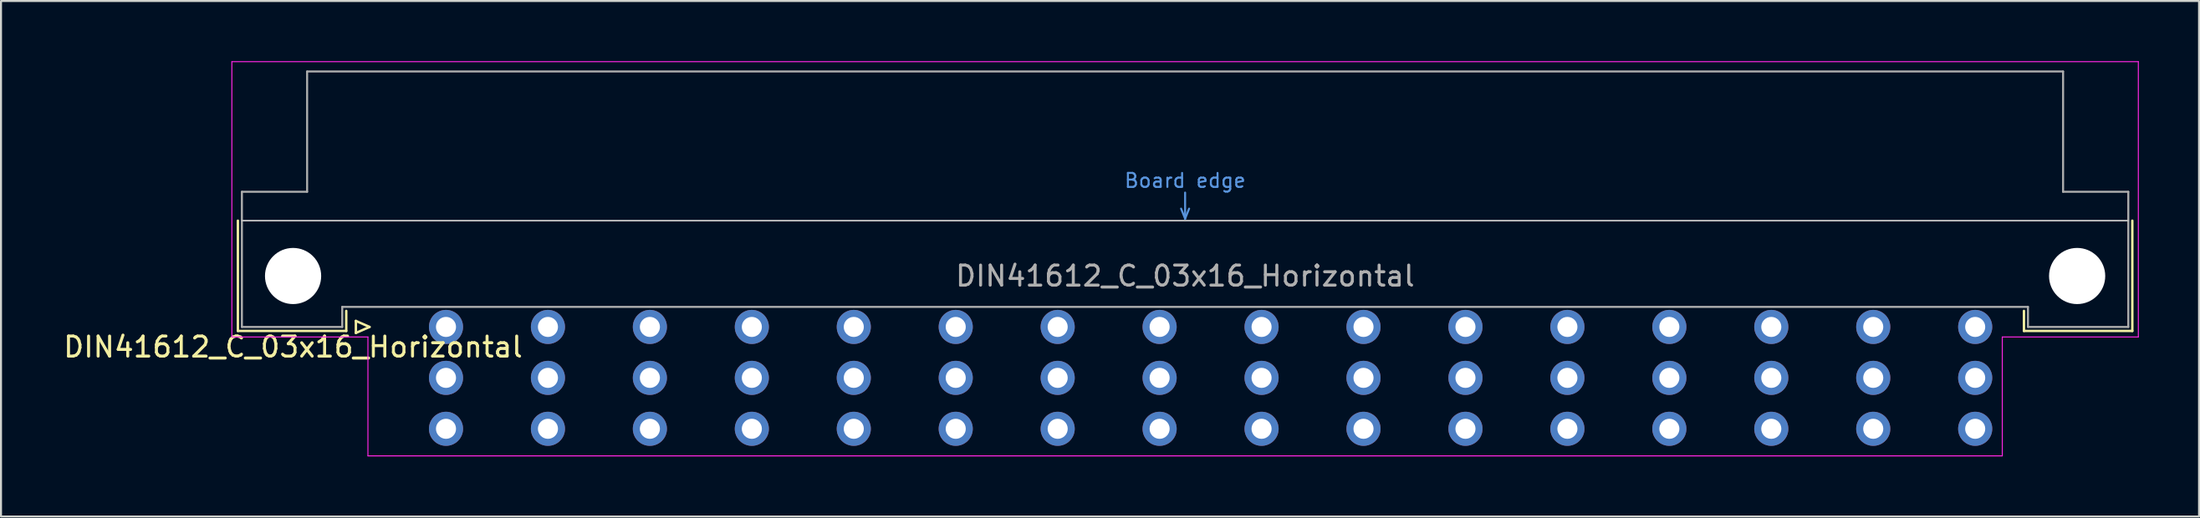
<source format=kicad_pcb>
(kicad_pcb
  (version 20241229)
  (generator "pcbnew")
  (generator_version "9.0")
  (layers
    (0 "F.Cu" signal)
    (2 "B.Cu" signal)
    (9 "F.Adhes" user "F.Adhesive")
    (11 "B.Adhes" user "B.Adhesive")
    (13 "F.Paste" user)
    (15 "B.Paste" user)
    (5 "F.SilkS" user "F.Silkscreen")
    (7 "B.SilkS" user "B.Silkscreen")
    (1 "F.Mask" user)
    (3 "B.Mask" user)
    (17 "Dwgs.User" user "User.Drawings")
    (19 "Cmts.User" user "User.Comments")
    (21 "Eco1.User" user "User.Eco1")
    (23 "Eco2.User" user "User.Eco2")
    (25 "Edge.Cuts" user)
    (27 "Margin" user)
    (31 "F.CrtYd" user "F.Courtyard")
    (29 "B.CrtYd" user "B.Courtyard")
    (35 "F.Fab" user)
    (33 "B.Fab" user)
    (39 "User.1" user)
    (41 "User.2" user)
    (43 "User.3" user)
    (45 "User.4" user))
  (footprint "DIN41612_C_03x16_Horizontal"
    (layer "F.Cu")
    (at 16.634 13.255)
    (property "Reference" "DIN41612_C_03x16_Horizontal" (at -5.08 1 0) (layer "F.SilkS") (effects (font (size 1 1) (thickness 0.15))))
    (attr through_hole)
    (fp_line (start -7.83 -5.3) (end -7.83 0.2) (stroke (width 0.12) (type solid)) (layer "F.SilkS"))
    (fp_line (start -7.83 0.2) (end -2.43 0.2) (stroke (width 0.12) (type solid)) (layer "F.SilkS"))
    (fp_line (start -2.43 0.2) (end -2.43 -0.8) (stroke (width 0.12) (type solid)) (layer "F.SilkS"))
    (fp_line (start -1.95 -0.3) (end -1.95 0.3) (stroke (width 0.12) (type solid)) (layer "F.SilkS"))
    (fp_line (start -1.95 0.3) (end -1.27 0) (stroke (width 0.12) (type solid)) (layer "F.SilkS"))
    (fp_line (start -1.27 0) (end -1.95 -0.3) (stroke (width 0.12) (type solid)) (layer "F.SilkS"))
    (fp_line (start 81.17 0.2) (end 81.17 -0.8) (stroke (width 0.12) (type solid)) (layer "F.SilkS"))
    (fp_line (start 86.57 -5.3) (end 86.57 0.2) (stroke (width 0.12) (type solid)) (layer "F.SilkS"))
    (fp_line (start 86.57 0.2) (end 81.17 0.2) (stroke (width 0.12) (type solid)) (layer "F.SilkS"))
    (fp_line (start -7.63 -5.3) (end 86.37 -5.3) (stroke (width 0.08) (type solid)) (layer "Dwgs.User"))
    (fp_line (start 39.17 -5.9) (end 39.37 -5.4) (stroke (width 0.1) (type solid)) (layer "Cmts.User"))
    (fp_line (start 39.37 -5.4) (end 39.37 -6.7) (stroke (width 0.1) (type solid)) (layer "Cmts.User"))
    (fp_line (start 39.37 -5.4) (end 39.57 -5.9) (stroke (width 0.1) (type solid)) (layer "Cmts.User"))
    (fp_line (start -8.13 -13.23) (end -8.13 0.5) (stroke (width 0.05) (type solid)) (layer "F.CrtYd"))
    (fp_line (start -8.13 0.5) (end -1.35 0.5) (stroke (width 0.05) (type solid)) (layer "F.CrtYd"))
    (fp_line (start -1.35 0.5) (end -1.35 6.43) (stroke (width 0.05) (type solid)) (layer "F.CrtYd"))
    (fp_line (start -1.35 6.43) (end 80.09 6.43) (stroke (width 0.05) (type solid)) (layer "F.CrtYd"))
    (fp_line (start 80.09 0.5) (end 86.87 0.5) (stroke (width 0.05) (type solid)) (layer "F.CrtYd"))
    (fp_line (start 80.09 6.43) (end 80.09 0.5) (stroke (width 0.05) (type solid)) (layer "F.CrtYd"))
    (fp_line (start 86.87 -13.23) (end -8.13 -13.23) (stroke (width 0.05) (type solid)) (layer "F.CrtYd"))
    (fp_line (start 86.87 0.5) (end 86.87 -13.23) (stroke (width 0.05) (type solid)) (layer "F.CrtYd"))
    (fp_line (start -7.63 -6.74) (end -7.63 0) (stroke (width 0.1) (type solid)) (layer "F.Fab"))
    (fp_line (start -7.63 0) (end -2.63 0) (stroke (width 0.1) (type solid)) (layer "F.Fab"))
    (fp_line (start -4.38 -12.74) (end -4.38 -6.74) (stroke (width 0.1) (type solid)) (layer "F.Fab"))
    (fp_line (start -4.38 -6.74) (end -7.63 -6.74) (stroke (width 0.1) (type solid)) (layer "F.Fab"))
    (fp_line (start -2.63 -1) (end 81.37 -1) (stroke (width 0.1) (type solid)) (layer "F.Fab"))
    (fp_line (start -2.63 0) (end -2.63 -1) (stroke (width 0.1) (type solid)) (layer "F.Fab"))
    (fp_line (start 81.37 -1) (end 81.37 0) (stroke (width 0.1) (type solid)) (layer "F.Fab"))
    (fp_line (start 81.37 0) (end 86.37 0) (stroke (width 0.1) (type solid)) (layer "F.Fab"))
    (fp_line (start 83.12 -12.74) (end -4.38 -12.74) (stroke (width 0.1) (type solid)) (layer "F.Fab"))
    (fp_line (start 83.12 -6.74) (end 83.12 -12.74) (stroke (width 0.1) (type solid)) (layer "F.Fab"))
    (fp_line (start 86.37 -6.74) (end 83.12 -6.74) (stroke (width 0.1) (type solid)) (layer "F.Fab"))
    (fp_line (start 86.37 0) (end 86.37 -6.74) (stroke (width 0.1) (type solid)) (layer "F.Fab"))
    (fp_text user "Board edge" (at 39.37 -7.3 0) (layer "Cmts.User") (effects (font (size 0.7 0.7) (thickness 0.1))))
    (fp_text user "${REFERENCE}" (at 39.37 -2.54 0) (layer "F.Fab") (effects (font (size 1 1) (thickness 0.15))))
    (pad "" np_thru_hole circle (at -5.08 -2.54) (size 2.8 2.8) (drill 2.8) (layers "*.Cu" "*.Mask"))
    (pad "" np_thru_hole circle (at 83.82 -2.54) (size 2.8 2.8) (drill 2.8) (layers "*.Cu" "*.Mask"))
    (pad "a2" thru_hole circle (at 2.54 0) (size 1.7 1.7) (drill 1) (layers "*.Cu" "*.Mask"))
    (pad "a4" thru_hole circle (at 7.62 0) (size 1.7 1.7) (drill 1) (layers "*.Cu" "*.Mask"))
    (pad "a6" thru_hole circle (at 12.7 0) (size 1.7 1.7) (drill 1) (layers "*.Cu" "*.Mask"))
    (pad "a8" thru_hole circle (at 17.78 0) (size 1.7 1.7) (drill 1) (layers "*.Cu" "*.Mask"))
    (pad "a10" thru_hole circle (at 22.86 0) (size 1.7 1.7) (drill 1) (layers "*.Cu" "*.Mask"))
    (pad "a12" thru_hole circle (at 27.94 0) (size 1.7 1.7) (drill 1) (layers "*.Cu" "*.Mask"))
    (pad "a14" thru_hole circle (at 33.02 0) (size 1.7 1.7) (drill 1) (layers "*.Cu" "*.Mask"))
    (pad "a16" thru_hole circle (at 38.1 0) (size 1.7 1.7) (drill 1) (layers "*.Cu" "*.Mask"))
    (pad "a18" thru_hole circle (at 43.18 0) (size 1.7 1.7) (drill 1) (layers "*.Cu" "*.Mask"))
    (pad "a20" thru_hole circle (at 48.26 0) (size 1.7 1.7) (drill 1) (layers "*.Cu" "*.Mask"))
    (pad "a22" thru_hole circle (at 53.34 0) (size 1.7 1.7) (drill 1) (layers "*.Cu" "*.Mask"))
    (pad "a24" thru_hole circle (at 58.42 0) (size 1.7 1.7) (drill 1) (layers "*.Cu" "*.Mask"))
    (pad "a26" thru_hole circle (at 63.5 0) (size 1.7 1.7) (drill 1) (layers "*.Cu" "*.Mask"))
    (pad "a28" thru_hole circle (at 68.58 0) (size 1.7 1.7) (drill 1) (layers "*.Cu" "*.Mask"))
    (pad "a30" thru_hole circle (at 73.66 0) (size 1.7 1.7) (drill 1) (layers "*.Cu" "*.Mask"))
    (pad "a32" thru_hole circle (at 78.74 0) (size 1.7 1.7) (drill 1) (layers "*.Cu" "*.Mask"))
    (pad "b2" thru_hole circle (at 2.54 2.54) (size 1.7 1.7) (drill 1) (layers "*.Cu" "*.Mask"))
    (pad "b4" thru_hole circle (at 7.62 2.54) (size 1.7 1.7) (drill 1) (layers "*.Cu" "*.Mask"))
    (pad "b6" thru_hole circle (at 12.7 2.54) (size 1.7 1.7) (drill 1) (layers "*.Cu" "*.Mask"))
    (pad "b8" thru_hole circle (at 17.78 2.54) (size 1.7 1.7) (drill 1) (layers "*.Cu" "*.Mask"))
    (pad "b10" thru_hole circle (at 22.86 2.54) (size 1.7 1.7) (drill 1) (layers "*.Cu" "*.Mask"))
    (pad "b12" thru_hole circle (at 27.94 2.54) (size 1.7 1.7) (drill 1) (layers "*.Cu" "*.Mask"))
    (pad "b14" thru_hole circle (at 33.02 2.54) (size 1.7 1.7) (drill 1) (layers "*.Cu" "*.Mask"))
    (pad "b16" thru_hole circle (at 38.1 2.54) (size 1.7 1.7) (drill 1) (layers "*.Cu" "*.Mask"))
    (pad "b18" thru_hole circle (at 43.18 2.54) (size 1.7 1.7) (drill 1) (layers "*.Cu" "*.Mask"))
    (pad "b20" thru_hole circle (at 48.26 2.54) (size 1.7 1.7) (drill 1) (layers "*.Cu" "*.Mask"))
    (pad "b22" thru_hole circle (at 53.34 2.54) (size 1.7 1.7) (drill 1) (layers "*.Cu" "*.Mask"))
    (pad "b24" thru_hole circle (at 58.42 2.54) (size 1.7 1.7) (drill 1) (layers "*.Cu" "*.Mask"))
    (pad "b26" thru_hole circle (at 63.5 2.54) (size 1.7 1.7) (drill 1) (layers "*.Cu" "*.Mask"))
    (pad "b28" thru_hole circle (at 68.58 2.54) (size 1.7 1.7) (drill 1) (layers "*.Cu" "*.Mask"))
    (pad "b30" thru_hole circle (at 73.66 2.54) (size 1.7 1.7) (drill 1) (layers "*.Cu" "*.Mask"))
    (pad "b32" thru_hole circle (at 78.74 2.54) (size 1.7 1.7) (drill 1) (layers "*.Cu" "*.Mask"))
    (pad "c2" thru_hole circle (at 2.54 5.08) (size 1.7 1.7) (drill 1) (layers "*.Cu" "*.Mask"))
    (pad "c4" thru_hole circle (at 7.62 5.08) (size 1.7 1.7) (drill 1) (layers "*.Cu" "*.Mask"))
    (pad "c6" thru_hole circle (at 12.7 5.08) (size 1.7 1.7) (drill 1) (layers "*.Cu" "*.Mask"))
    (pad "c8" thru_hole circle (at 17.78 5.08) (size 1.7 1.7) (drill 1) (layers "*.Cu" "*.Mask"))
    (pad "c10" thru_hole circle (at 22.86 5.08) (size 1.7 1.7) (drill 1) (layers "*.Cu" "*.Mask"))
    (pad "c12" thru_hole circle (at 27.94 5.08) (size 1.7 1.7) (drill 1) (layers "*.Cu" "*.Mask"))
    (pad "c14" thru_hole circle (at 33.02 5.08) (size 1.7 1.7) (drill 1) (layers "*.Cu" "*.Mask"))
    (pad "c16" thru_hole circle (at 38.1 5.08) (size 1.7 1.7) (drill 1) (layers "*.Cu" "*.Mask"))
    (pad "c18" thru_hole circle (at 43.18 5.08) (size 1.7 1.7) (drill 1) (layers "*.Cu" "*.Mask"))
    (pad "c20" thru_hole circle (at 48.26 5.08) (size 1.7 1.7) (drill 1) (layers "*.Cu" "*.Mask"))
    (pad "c22" thru_hole circle (at 53.34 5.08) (size 1.7 1.7) (drill 1) (layers "*.Cu" "*.Mask"))
    (pad "c24" thru_hole circle (at 58.42 5.08) (size 1.7 1.7) (drill 1) (layers "*.Cu" "*.Mask"))
    (pad "c26" thru_hole circle (at 63.5 5.08) (size 1.7 1.7) (drill 1) (layers "*.Cu" "*.Mask"))
    (pad "c28" thru_hole circle (at 68.58 5.08) (size 1.7 1.7) (drill 1) (layers "*.Cu" "*.Mask"))
    (pad "c30" thru_hole circle (at 73.66 5.08) (size 1.7 1.7) (drill 1) (layers "*.Cu" "*.Mask"))
    (pad "c32" thru_hole circle (at 78.74 5.08) (size 1.7 1.7) (drill 1) (layers "*.Cu" "*.Mask")))
  (gr_rect
    (start -3 -3)
    (end 106.529 22.71)
    (stroke (width 0.1) (type default))
    (fill no)
    (layer "Edge.Cuts")))
</source>
